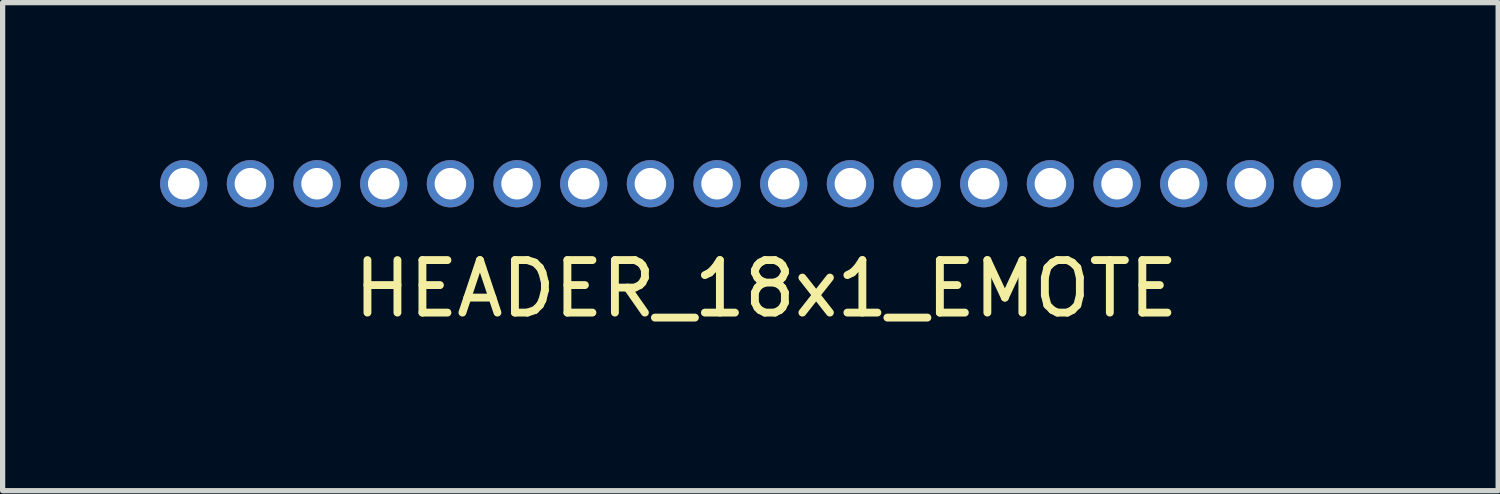
<source format=kicad_pcb>
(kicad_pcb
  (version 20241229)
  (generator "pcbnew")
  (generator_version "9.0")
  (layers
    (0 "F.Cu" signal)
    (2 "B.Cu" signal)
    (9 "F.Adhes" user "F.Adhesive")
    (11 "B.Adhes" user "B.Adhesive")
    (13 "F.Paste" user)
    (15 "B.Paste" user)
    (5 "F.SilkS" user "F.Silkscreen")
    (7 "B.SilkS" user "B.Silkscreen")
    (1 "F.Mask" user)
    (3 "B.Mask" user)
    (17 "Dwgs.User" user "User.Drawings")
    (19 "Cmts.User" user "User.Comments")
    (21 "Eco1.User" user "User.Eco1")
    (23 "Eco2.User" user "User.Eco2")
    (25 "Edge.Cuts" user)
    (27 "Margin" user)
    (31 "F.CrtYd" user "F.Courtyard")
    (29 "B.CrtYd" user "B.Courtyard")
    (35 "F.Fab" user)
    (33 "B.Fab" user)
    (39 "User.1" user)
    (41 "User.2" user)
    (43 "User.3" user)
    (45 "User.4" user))
  (footprint "HEADER_18x1_EMOTE"
    (layer "F.Cu")
    (at 11.245 0.45)
    (property "Reference" "HEADER_18x1_EMOTE" (at 0.3 2 0) (layer "F.SilkS") (effects (font (size 1 1) (thickness 0.15))))
    (attr through_hole)
    (pad "1" thru_hole circle (at -10.795 0) (size 0.9 0.9) (drill 0.6) (layers "*.Cu" "*.Mask"))
    (pad "2" thru_hole circle (at -9.525 0) (size 0.9 0.9) (drill 0.6) (layers "*.Cu" "*.Mask"))
    (pad "3" thru_hole circle (at -8.255 0) (size 0.9 0.9) (drill 0.6) (layers "*.Cu" "*.Mask"))
    (pad "4" thru_hole circle (at -6.985 0) (size 0.9 0.9) (drill 0.6) (layers "*.Cu" "*.Mask"))
    (pad "5" thru_hole circle (at -5.715 0) (size 0.9 0.9) (drill 0.6) (layers "*.Cu" "*.Mask"))
    (pad "6" thru_hole circle (at -4.445 0) (size 0.9 0.9) (drill 0.6) (layers "*.Cu" "*.Mask"))
    (pad "7" thru_hole circle (at -3.175 0) (size 0.9 0.9) (drill 0.6) (layers "*.Cu" "*.Mask"))
    (pad "8" thru_hole circle (at -1.905 0) (size 0.9 0.9) (drill 0.6) (layers "*.Cu" "*.Mask"))
    (pad "9" thru_hole circle (at -0.635 0) (size 0.9 0.9) (drill 0.6) (layers "*.Cu" "*.Mask"))
    (pad "10" thru_hole circle (at 0.635 0) (size 0.9 0.9) (drill 0.6) (layers "*.Cu" "*.Mask"))
    (pad "11" thru_hole circle (at 1.905 0) (size 0.9 0.9) (drill 0.6) (layers "*.Cu" "*.Mask"))
    (pad "12" thru_hole circle (at 3.175 0) (size 0.9 0.9) (drill 0.6) (layers "*.Cu" "*.Mask"))
    (pad "13" thru_hole circle (at 4.445 0) (size 0.9 0.9) (drill 0.6) (layers "*.Cu" "*.Mask"))
    (pad "14" thru_hole circle (at 5.715 0) (size 0.9 0.9) (drill 0.6) (layers "*.Cu" "*.Mask"))
    (pad "15" thru_hole circle (at 6.985 0) (size 0.9 0.9) (drill 0.6) (layers "*.Cu" "*.Mask"))
    (pad "16" thru_hole circle (at 8.255 0) (size 0.9 0.9) (drill 0.6) (layers "*.Cu" "*.Mask"))
    (pad "17" thru_hole circle (at 9.525 0) (size 0.9 0.9) (drill 0.6) (layers "*.Cu" "*.Mask"))
    (pad "18" thru_hole circle (at 10.795 0) (size 0.9 0.9) (drill 0.6) (layers "*.Cu" "*.Mask")))
  (gr_rect
    (start -3 -3)
    (end 25.49 6.298)
    (stroke (width 0.1) (type default))
    (fill no)
    (layer "Edge.Cuts")))
</source>
